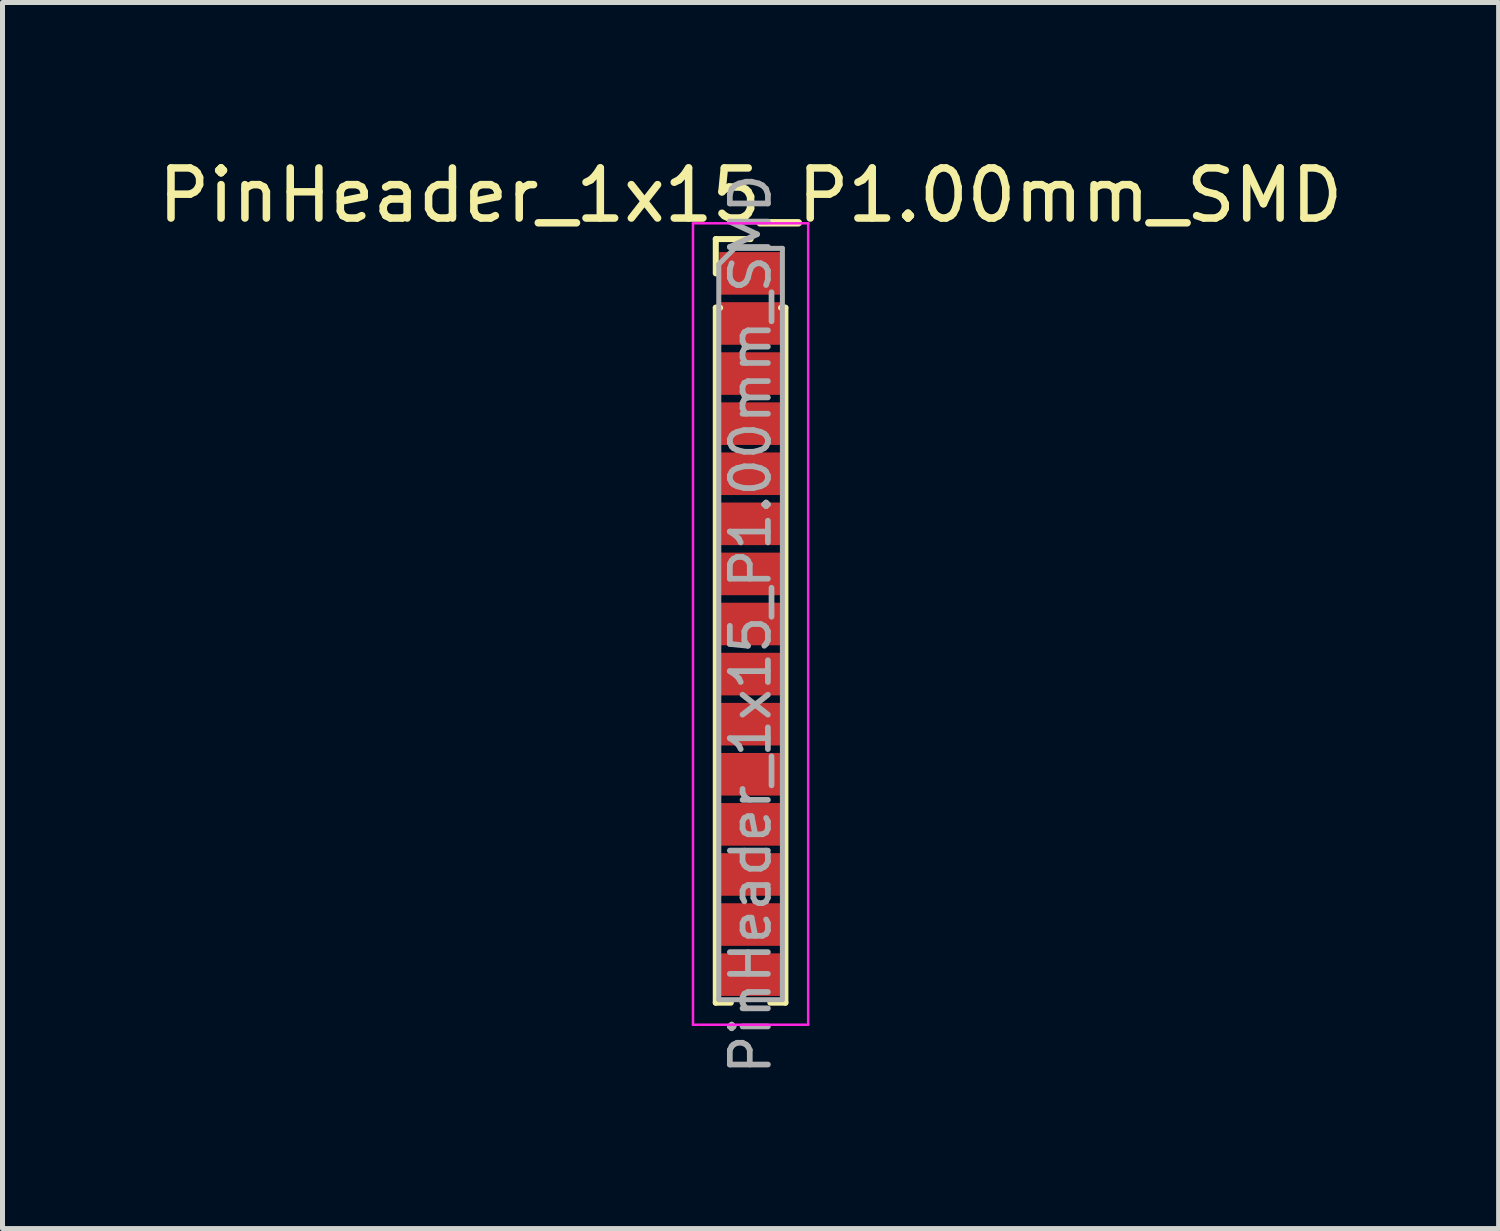
<source format=kicad_pcb>
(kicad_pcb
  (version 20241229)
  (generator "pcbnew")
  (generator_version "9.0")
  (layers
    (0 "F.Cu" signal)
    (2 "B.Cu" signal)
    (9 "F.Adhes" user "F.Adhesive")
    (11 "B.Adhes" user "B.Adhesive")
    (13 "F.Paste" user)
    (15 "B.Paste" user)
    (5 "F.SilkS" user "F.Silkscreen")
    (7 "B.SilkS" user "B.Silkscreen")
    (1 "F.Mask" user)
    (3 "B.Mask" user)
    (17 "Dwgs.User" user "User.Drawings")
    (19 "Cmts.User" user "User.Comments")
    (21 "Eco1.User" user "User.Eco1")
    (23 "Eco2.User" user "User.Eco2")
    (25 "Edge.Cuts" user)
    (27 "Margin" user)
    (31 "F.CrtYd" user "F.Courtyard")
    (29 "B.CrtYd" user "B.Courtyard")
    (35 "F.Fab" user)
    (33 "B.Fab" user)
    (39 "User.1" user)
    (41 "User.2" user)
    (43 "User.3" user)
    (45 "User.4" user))
  (footprint "PinHeader_1x15_P1.00mm_SMD"
    (layer "F.Cu")
    (at 11.935 2.408)
    (property "Reference" "PinHeader_1x15_P1.00mm_SMD" (at 0 -1.56 0) (layer "F.SilkS") (effects (font (size 1 1) (thickness 0.15))))
    (attr through_hole)
    (fp_line (start -0.695 -0.685) (end 0 -0.685) (stroke (width 0.12) (type solid)) (layer "F.SilkS"))
    (fp_line (start -0.695 0) (end -0.695 -0.685) (stroke (width 0.12) (type solid)) (layer "F.SilkS"))
    (fp_line (start -0.695 0.685) (end -0.695 14.56) (stroke (width 0.12) (type solid)) (layer "F.SilkS"))
    (fp_line (start -0.695 0.685) (end -0.608 0.685) (stroke (width 0.12) (type solid)) (layer "F.SilkS"))
    (fp_line (start -0.695 14.56) (end -0.394 14.56) (stroke (width 0.12) (type solid)) (layer "F.SilkS"))
    (fp_line (start 0.394 14.56) (end 0.695 14.56) (stroke (width 0.12) (type solid)) (layer "F.SilkS"))
    (fp_line (start 0.608 0.685) (end 0.695 0.685) (stroke (width 0.12) (type solid)) (layer "F.SilkS"))
    (fp_line (start 0.695 0.685) (end 0.695 14.56) (stroke (width 0.12) (type solid)) (layer "F.SilkS"))
    (fp_line (start -1.15 -1) (end -1.15 15) (stroke (width 0.05) (type solid)) (layer "F.CrtYd"))
    (fp_line (start -1.15 15) (end 1.15 15) (stroke (width 0.05) (type solid)) (layer "F.CrtYd"))
    (fp_line (start 1.15 -1) (end -1.15 -1) (stroke (width 0.05) (type solid)) (layer "F.CrtYd"))
    (fp_line (start 1.15 15) (end 1.15 -1) (stroke (width 0.05) (type solid)) (layer "F.CrtYd"))
    (fp_line (start -0.635 -0.182) (end -0.318 -0.5) (stroke (width 0.1) (type solid)) (layer "F.Fab"))
    (fp_line (start -0.635 14.5) (end -0.635 -0.182) (stroke (width 0.1) (type solid)) (layer "F.Fab"))
    (fp_line (start -0.318 -0.5) (end 0.635 -0.5) (stroke (width 0.1) (type solid)) (layer "F.Fab"))
    (fp_line (start 0.635 -0.5) (end 0.635 14.5) (stroke (width 0.1) (type solid)) (layer "F.Fab"))
    (fp_line (start 0.635 14.5) (end -0.635 14.5) (stroke (width 0.1) (type solid)) (layer "F.Fab"))
    (fp_text user "${REFERENCE}" (at 0 7 90) (layer "F.Fab") (effects (font (size 0.76 0.76) (thickness 0.114))))
    (pad "1" smd rect (at 0 0) (size 1.25 0.85) (layers "F.Cu" "F.Mask" "F.Paste"))
    (pad "2" smd rect (at 0 1) (size 1.25 0.85) (layers "F.Cu" "F.Mask" "F.Paste"))
    (pad "3" smd rect (at 0 2) (size 1.25 0.85) (layers "F.Cu" "F.Mask" "F.Paste"))
    (pad "4" smd rect (at 0 3) (size 1.25 0.85) (layers "F.Cu" "F.Mask" "F.Paste"))
    (pad "5" smd rect (at 0 4) (size 1.25 0.85) (layers "F.Cu" "F.Mask" "F.Paste"))
    (pad "6" smd rect (at 0 5) (size 1.25 0.85) (layers "F.Cu" "F.Mask" "F.Paste"))
    (pad "7" smd rect (at 0 6) (size 1.25 0.85) (layers "F.Cu" "F.Mask" "F.Paste"))
    (pad "8" smd rect (at 0 7) (size 1.25 0.85) (layers "F.Cu" "F.Mask" "F.Paste"))
    (pad "9" smd rect (at 0 8) (size 1.25 0.85) (layers "F.Cu" "F.Mask" "F.Paste"))
    (pad "10" smd rect (at 0 9) (size 1.25 0.85) (layers "F.Cu" "F.Mask" "F.Paste"))
    (pad "11" smd rect (at 0 10) (size 1.25 0.85) (layers "F.Cu" "F.Mask" "F.Paste"))
    (pad "12" smd rect (at 0 11) (size 1.25 0.85) (layers "F.Cu" "F.Mask" "F.Paste"))
    (pad "13" smd rect (at 0 12) (size 1.25 0.85) (layers "F.Cu" "F.Mask" "F.Paste"))
    (pad "14" smd rect (at 0 13) (size 1.25 0.85) (layers "F.Cu" "F.Mask" "F.Paste"))
    (pad "15" smd rect (at 0 14) (size 1.25 0.85) (layers "F.Cu" "F.Mask" "F.Paste")))
  (gr_rect
    (start -3 -3)
    (end 26.869 21.478)
    (stroke (width 0.1) (type default))
    (fill no)
    (layer "Edge.Cuts")))
</source>
